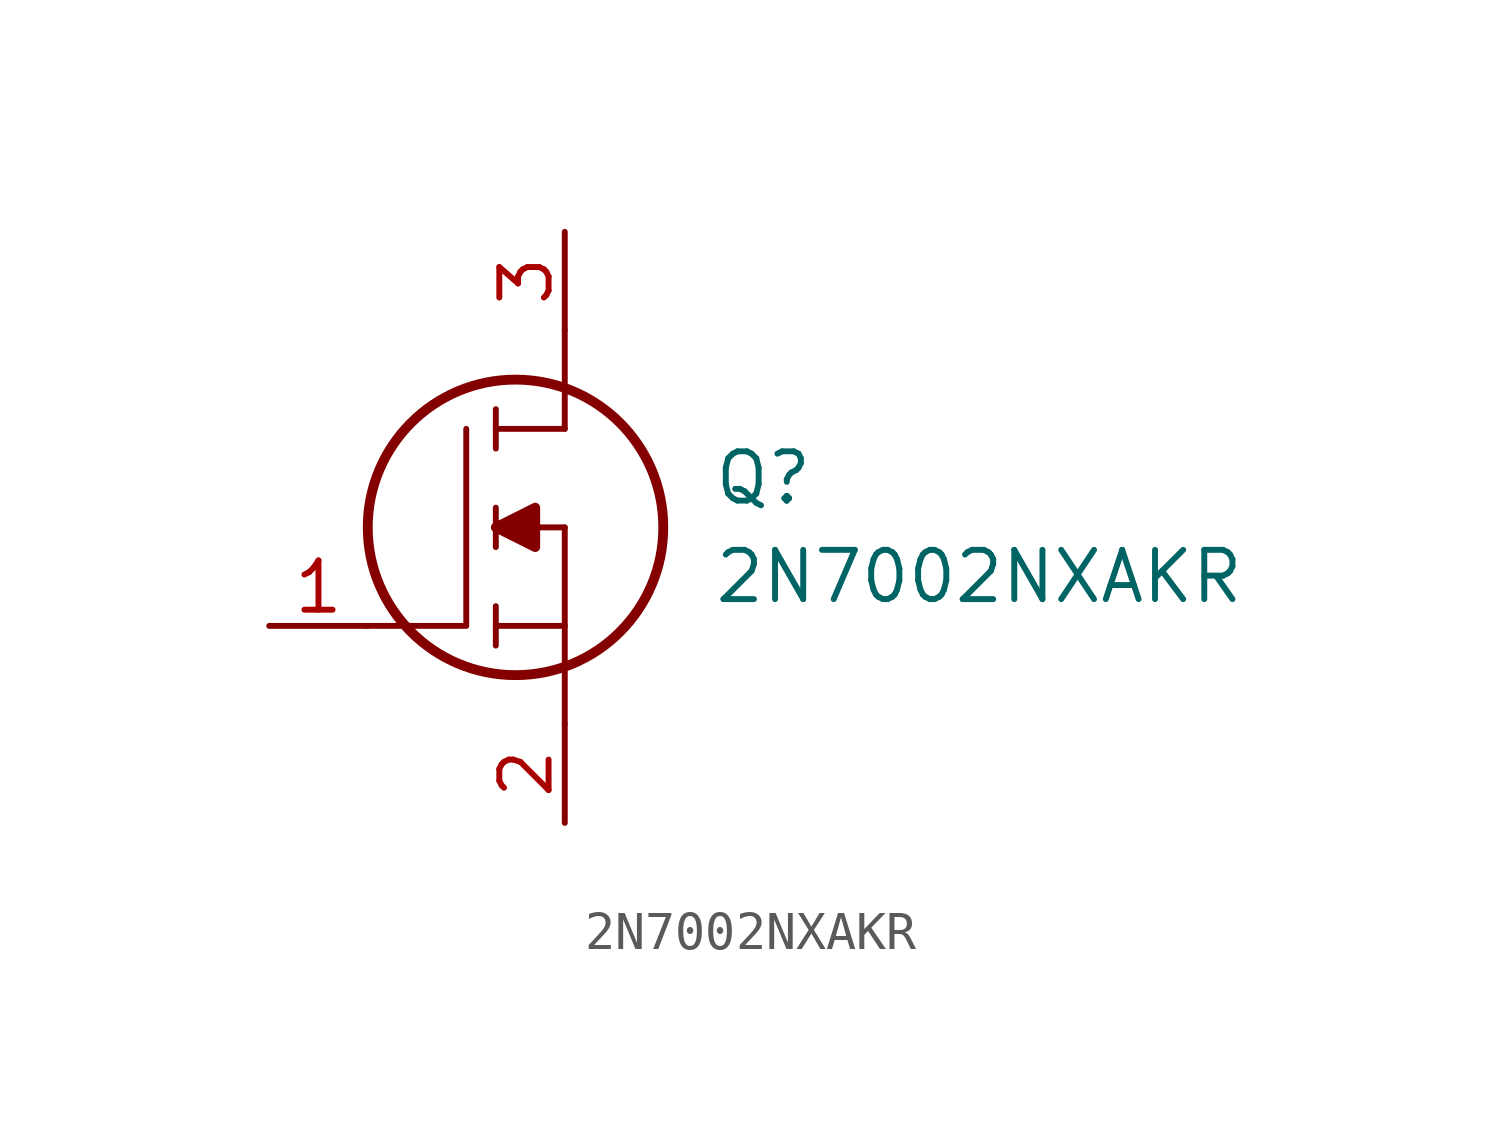
<source format=kicad_sym>
(kicad_symbol_lib
  (version 20220914)
  (generator kicad_symbol_editor)
  (symbol "2N7002NXAKR"
    (pin_names
      (offset 0.762))
    (property "Reference" "Q"
      (at 11.43 3.81 0)
      (effects (font (size 1.27 1.27)) (justify left)))
    (property "Value" "2N7002NXAKR"
      (at 11.43 1.27 0)
      (effects (font (size 1.27 1.27)) (justify left)))
    (symbol "2N7002NXAKR_0_0"
      (pin passive line (at 0 0 0) (length 2.54) (name "~" (effects (font (size 1.27 1.27)))) (number "1" (effects (font (size 1.27 1.27)))))
      (pin passive line (at 7.62 -5.08 90) (length 2.54) (name "~" (effects (font (size 1.27 1.27)))) (number "2" (effects (font (size 1.27 1.27)))))
      (pin passive line (at 7.62 10.16 270) (length 2.54) (name "~" (effects (font (size 1.27 1.27)))) (number "3" (effects (font (size 1.27 1.27))))))
    (symbol "2N7002NXAKR_0_1"
      (polyline (pts (xy 5.842 -0.508) (xy 5.842 0.508)) (stroke (width 0.152) (type solid)) (fill (type none)))
      (polyline (pts (xy 5.842 0) (xy 7.62 0)) (stroke (width 0.152) (type solid)) (fill (type none)))
      (polyline (pts (xy 5.842 2.032) (xy 5.842 3.048)) (stroke (width 0.152) (type solid)) (fill (type none)))
      (polyline (pts (xy 5.842 5.588) (xy 5.842 4.572)) (stroke (width 0.152) (type solid)) (fill (type none)))
      (polyline (pts (xy 7.62 2.54) (xy 5.842 2.54)) (stroke (width 0.152) (type solid)) (fill (type none)))
      (polyline (pts (xy 7.62 2.54) (xy 7.62 -2.54)) (stroke (width 0.152) (type solid)) (fill (type none)))
      (polyline (pts (xy 7.62 5.08) (xy 5.842 5.08)) (stroke (width 0.152) (type solid)) (fill (type none)))
      (polyline (pts (xy 7.62 5.08) (xy 7.62 7.62)) (stroke (width 0.152) (type solid)) (fill (type none)))
      (polyline (pts (xy 2.54 0) (xy 5.08 0) (xy 5.08 5.08)) (stroke (width 0.152) (type solid)) (fill (type none)))
      (polyline (pts (xy 5.842 2.54) (xy 6.858 3.048) (xy 6.858 2.032) (xy 5.842 2.54)) (stroke (width 0.254) (type solid)) (fill (type outline)))
      (circle (center 6.35 2.54) (radius 3.81) (stroke (width 0.254) (type solid)) (fill (type none))))))
</source>
